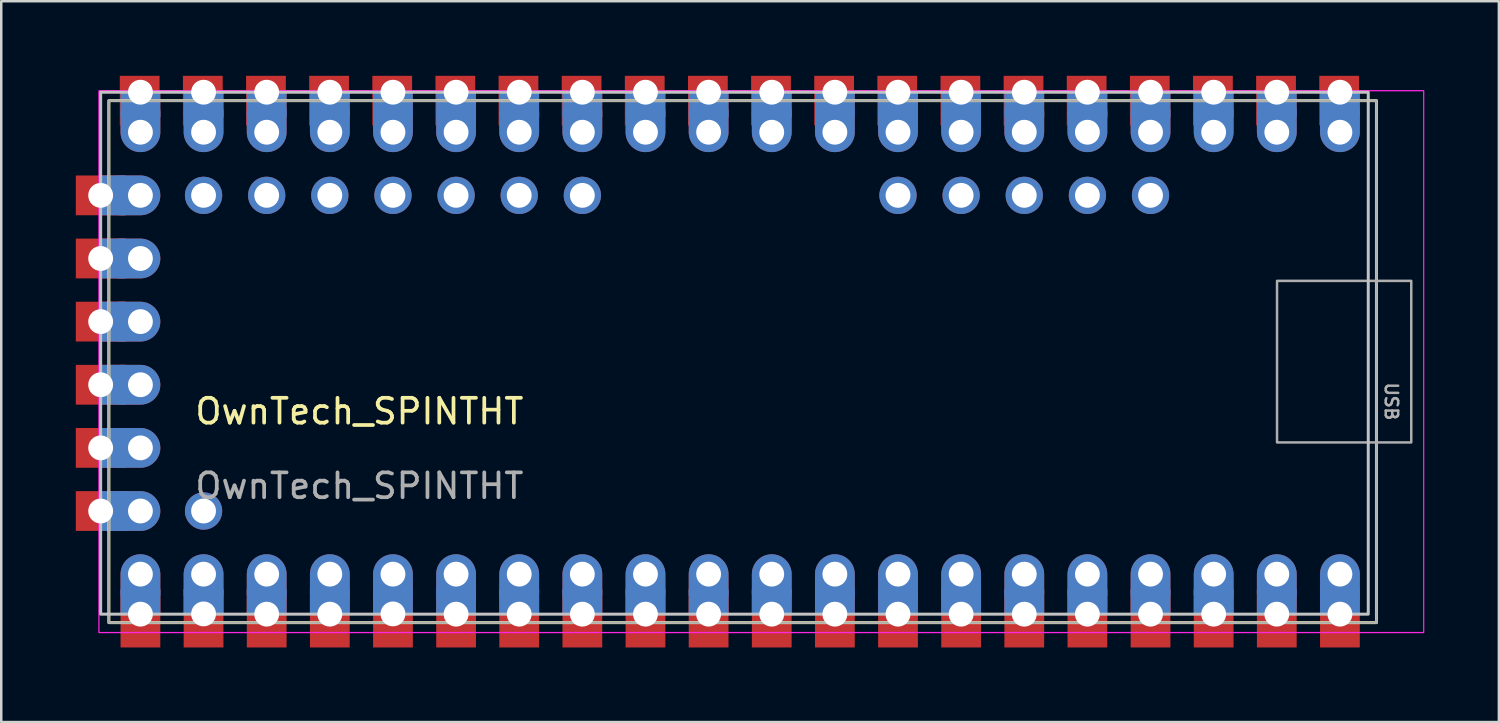
<source format=kicad_pcb>
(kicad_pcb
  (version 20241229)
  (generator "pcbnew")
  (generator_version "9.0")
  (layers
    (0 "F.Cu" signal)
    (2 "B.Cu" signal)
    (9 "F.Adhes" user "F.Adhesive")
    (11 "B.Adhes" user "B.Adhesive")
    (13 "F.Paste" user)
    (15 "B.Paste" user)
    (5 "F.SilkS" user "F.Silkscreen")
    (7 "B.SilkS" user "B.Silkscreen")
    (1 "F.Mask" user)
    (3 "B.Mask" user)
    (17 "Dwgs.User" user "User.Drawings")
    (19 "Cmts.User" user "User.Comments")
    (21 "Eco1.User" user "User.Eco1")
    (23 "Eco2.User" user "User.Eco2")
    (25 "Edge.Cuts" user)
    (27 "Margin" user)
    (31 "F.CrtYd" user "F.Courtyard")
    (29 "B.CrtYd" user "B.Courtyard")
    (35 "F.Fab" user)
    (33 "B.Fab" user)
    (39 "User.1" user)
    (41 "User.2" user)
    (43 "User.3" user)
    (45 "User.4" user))
  (footprint "OwnTech_SPINTHT"
    (layer "F.Cu")
    (at 2.6 2.27)
    (property "Reference" "OwnTech_SPINTHT" (at 8.81 11.23 0) (unlocked yes) (layer "F.SilkS") (effects (font (size 1 1) (thickness 0.15))))
    (attr smd)
    (fp_rect (start -1.27 -1.27) (end 49.73 19.73) (stroke (width 0.12) (type solid)) (fill no) (layer "F.SilkS"))
    (fp_rect (start -1.6 -1.61) (end 49.4 19.39) (stroke (width 0.12) (type solid)) (fill no) (layer "Dwgs.User"))
    (fp_rect (start -1.67 -1.67) (end 51.63 20.13) (stroke (width 0.05) (type solid)) (fill no) (layer "F.CrtYd"))
    (fp_rect (start -1.27 -1.27) (end 49.73 19.73) (stroke (width 0.1) (type solid)) (fill no) (layer "F.Fab"))
    (fp_rect (start 45.73 5.98) (end 51.13 12.48) (stroke (width 0.1) (type solid)) (fill no) (layer "F.Fab"))
    (fp_text user "${REFERENCE}" (at 8.81 14.23 0) (unlocked yes) (layer "F.Fab") (effects (font (size 1 1) (thickness 0.15))))
    (fp_text user "USB" (at 50.33 10.83 270) (unlocked yes) (layer "F.Fab") (effects (font (size 0.5 0.5) (thickness 0.1))))
    (pad "1" smd rect (at 48.23 -1.27) (size 1.6 2) (layers "F.Cu" "F.Mask" "F.Paste"))
    (pad "1" thru_hole rect (at 48.26 -1.61) (size 1.6 1) (drill 1 (offset 0 0.5)) (property pad_prop_castellated) (layers "*.Cu" "*.Mask"))
    (pad "1" thru_hole oval (at 48.26 0) (size 1.6 2.4) (drill 1 (offset 0 -0.4)) (layers "*.Cu" "*.Mask"))
    (pad "2" smd rect (at 45.69 -1.27) (size 1.6 2) (layers "F.Cu" "F.Mask" "F.Paste"))
    (pad "2" thru_hole rect (at 45.72 -1.61) (size 1.6 1) (drill 1 (offset 0 0.5)) (property pad_prop_castellated) (layers "*.Cu" "*.Mask"))
    (pad "2" thru_hole oval (at 45.72 0) (size 1.6 2.4) (drill 1 (offset 0 -0.4)) (layers "*.Cu" "*.Mask"))
    (pad "3" smd rect (at 43.15 -1.27) (size 1.6 2) (layers "F.Cu" "F.Mask" "F.Paste"))
    (pad "3" thru_hole rect (at 43.18 -1.61) (size 1.6 1) (drill 1 (offset 0 0.5)) (property pad_prop_castellated) (layers "*.Cu" "*.Mask"))
    (pad "3" thru_hole oval (at 43.18 0) (size 1.6 2.4) (drill 1 (offset 0 -0.4)) (layers "*.Cu" "*.Mask"))
    (pad "4" smd rect (at 40.61 -1.27) (size 1.6 2) (layers "F.Cu" "F.Mask" "F.Paste"))
    (pad "4" thru_hole rect (at 40.64 -1.61) (size 1.6 1) (drill 1 (offset 0 0.5)) (property pad_prop_castellated) (layers "*.Cu" "*.Mask"))
    (pad "4" thru_hole oval (at 40.64 0) (size 1.6 2.4) (drill 1 (offset 0 -0.4)) (layers "*.Cu" "*.Mask"))
    (pad "5" smd rect (at 38.07 -1.27) (size 1.6 2) (layers "F.Cu" "F.Mask" "F.Paste"))
    (pad "5" thru_hole rect (at 38.1 -1.61) (size 1.6 1) (drill 1 (offset 0 0.5)) (property pad_prop_castellated) (layers "*.Cu" "*.Mask"))
    (pad "5" thru_hole oval (at 38.1 0) (size 1.6 2.4) (drill 1 (offset 0 -0.4)) (layers "*.Cu" "*.Mask"))
    (pad "6" smd rect (at 35.53 -1.27) (size 1.6 2) (layers "F.Cu" "F.Mask" "F.Paste"))
    (pad "6" thru_hole rect (at 35.56 -1.61) (size 1.6 1) (drill 1 (offset 0 0.5)) (property pad_prop_castellated) (layers "*.Cu" "*.Mask"))
    (pad "6" thru_hole oval (at 35.56 0) (size 1.6 2.4) (drill 1 (offset 0 -0.4)) (layers "*.Cu" "*.Mask"))
    (pad "7" smd rect (at 32.99 -1.27) (size 1.6 2) (layers "F.Cu" "F.Mask" "F.Paste"))
    (pad "7" thru_hole rect (at 33.02 -1.61) (size 1.6 1) (drill 1 (offset 0 0.5)) (property pad_prop_castellated) (layers "*.Cu" "*.Mask"))
    (pad "7" thru_hole oval (at 33.02 0) (size 1.6 2.4) (drill 1 (offset 0 -0.4)) (layers "*.Cu" "*.Mask"))
    (pad "8" smd rect (at 30.45 -1.27) (size 1.6 2) (layers "F.Cu" "F.Mask" "F.Paste"))
    (pad "8" thru_hole rect (at 30.48 -1.61) (size 1.6 1) (drill 1 (offset 0 0.5)) (property pad_prop_castellated) (layers "*.Cu" "*.Mask"))
    (pad "8" thru_hole oval (at 30.48 0) (size 1.6 2.4) (drill 1 (offset 0 -0.4)) (layers "*.Cu" "*.Mask"))
    (pad "9" smd rect (at 27.91 -1.27) (size 1.6 2) (layers "F.Cu" "F.Mask" "F.Paste"))
    (pad "9" thru_hole rect (at 27.94 -1.61) (size 1.6 1) (drill 1 (offset 0 0.5)) (property pad_prop_castellated) (layers "*.Cu" "*.Mask"))
    (pad "9" thru_hole oval (at 27.94 0) (size 1.6 2.4) (drill 1 (offset 0 -0.4)) (layers "*.Cu" "*.Mask"))
    (pad "10" smd rect (at 25.37 -1.27) (size 1.6 2) (layers "F.Cu" "F.Mask" "F.Paste"))
    (pad "10" thru_hole rect (at 25.4 -1.61) (size 1.6 1) (drill 1 (offset 0 0.5)) (property pad_prop_castellated) (layers "*.Cu" "*.Mask"))
    (pad "10" thru_hole oval (at 25.4 0) (size 1.6 2.4) (drill 1 (offset 0 -0.4)) (layers "*.Cu" "*.Mask"))
    (pad "11" smd rect (at 22.83 -1.27) (size 1.6 2) (layers "F.Cu" "F.Mask" "F.Paste"))
    (pad "11" thru_hole rect (at 22.86 -1.61) (size 1.6 1) (drill 1 (offset 0 0.5)) (property pad_prop_castellated) (layers "*.Cu" "*.Mask"))
    (pad "11" thru_hole oval (at 22.86 0) (size 1.6 2.4) (drill 1 (offset 0 -0.4)) (layers "*.Cu" "*.Mask"))
    (pad "12" smd rect (at 20.29 -1.27) (size 1.6 2) (layers "F.Cu" "F.Mask" "F.Paste"))
    (pad "12" thru_hole rect (at 20.32 -1.61) (size 1.6 1) (drill 1 (offset 0 0.5)) (property pad_prop_castellated) (layers "*.Cu" "*.Mask"))
    (pad "12" thru_hole oval (at 20.32 0) (size 1.6 2.4) (drill 1 (offset 0 -0.4)) (layers "*.Cu" "*.Mask"))
    (pad "13" smd rect (at 17.75 -1.27) (size 1.6 2) (layers "F.Cu" "F.Mask" "F.Paste"))
    (pad "13" thru_hole rect (at 17.78 -1.61) (size 1.6 1) (drill 1 (offset 0 0.5)) (property pad_prop_castellated) (layers "*.Cu" "*.Mask"))
    (pad "13" thru_hole oval (at 17.78 0) (size 1.6 2.4) (drill 1 (offset 0 -0.4)) (layers "*.Cu" "*.Mask"))
    (pad "14" smd rect (at 15.21 -1.27) (size 1.6 2) (layers "F.Cu" "F.Mask" "F.Paste"))
    (pad "14" thru_hole rect (at 15.24 -1.61) (size 1.6 1) (drill 1 (offset 0 0.5)) (property pad_prop_castellated) (layers "*.Cu" "*.Mask"))
    (pad "14" thru_hole oval (at 15.24 0) (size 1.6 2.4) (drill 1 (offset 0 -0.4)) (layers "*.Cu" "*.Mask"))
    (pad "15" smd rect (at 12.67 -1.27) (size 1.6 2) (layers "F.Cu" "F.Mask" "F.Paste"))
    (pad "15" thru_hole rect (at 12.7 -1.61) (size 1.6 1) (drill 1 (offset 0 0.5)) (property pad_prop_castellated) (layers "*.Cu" "*.Mask"))
    (pad "15" thru_hole oval (at 12.7 0) (size 1.6 2.4) (drill 1 (offset 0 -0.4)) (layers "*.Cu" "*.Mask"))
    (pad "16" smd rect (at 10.13 -1.27) (size 1.6 2) (layers "F.Cu" "F.Mask" "F.Paste"))
    (pad "16" thru_hole rect (at 10.16 -1.61) (size 1.6 1) (drill 1 (offset 0 0.5)) (property pad_prop_castellated) (layers "*.Cu" "*.Mask"))
    (pad "16" thru_hole oval (at 10.16 0) (size 1.6 2.4) (drill 1 (offset 0 -0.4)) (layers "*.Cu" "*.Mask"))
    (pad "17" smd rect (at 7.59 -1.27) (size 1.6 2) (layers "F.Cu" "F.Mask" "F.Paste"))
    (pad "17" thru_hole rect (at 7.62 -1.61) (size 1.6 1) (drill 1 (offset 0 0.5)) (property pad_prop_castellated) (layers "*.Cu" "*.Mask"))
    (pad "17" thru_hole oval (at 7.62 0) (size 1.6 2.4) (drill 1 (offset 0 -0.4)) (layers "*.Cu" "*.Mask"))
    (pad "18" smd rect (at 5.05 -1.27) (size 1.6 2) (layers "F.Cu" "F.Mask" "F.Paste"))
    (pad "18" thru_hole rect (at 5.08 -1.61) (size 1.6 1) (drill 1 (offset 0 0.5)) (property pad_prop_castellated) (layers "*.Cu" "*.Mask"))
    (pad "18" thru_hole oval (at 5.08 0) (size 1.6 2.4) (drill 1 (offset 0 -0.4)) (layers "*.Cu" "*.Mask"))
    (pad "19" smd rect (at 2.51 -1.27) (size 1.6 2) (layers "F.Cu" "F.Mask" "F.Paste"))
    (pad "19" thru_hole rect (at 2.54 -1.61) (size 1.6 1) (drill 1 (offset 0 0.5)) (property pad_prop_castellated) (layers "*.Cu" "*.Mask"))
    (pad "19" thru_hole oval (at 2.54 0) (size 1.6 2.4) (drill 1 (offset 0 -0.4)) (layers "*.Cu" "*.Mask"))
    (pad "20" smd rect (at -0.03 -1.27) (size 1.6 2) (layers "F.Cu" "F.Mask" "F.Paste"))
    (pad "20" thru_hole rect (at 0 -1.61) (size 1.6 1) (drill 1 (offset 0 0.5)) (property pad_prop_castellated) (layers "*.Cu" "*.Mask"))
    (pad "20" thru_hole oval (at 0 0) (size 1.6 2.4) (drill 1 (offset 0 -0.4)) (layers "*.Cu" "*.Mask"))
    (pad "21" thru_hole oval (at 0 17.78 180) (size 1.6 2.4) (drill 1 (offset 0 -0.4)) (layers "*.Cu" "*.Mask"))
    (pad "21" thru_hole rect (at 0 19.39 180) (size 1.6 1) (drill 1 (offset 0 0.5)) (property pad_prop_castellated) (layers "*.Cu" "*.Mask"))
    (pad "21" smd rect (at 0 19.73 180) (size 1.6 2) (layers "F.Cu" "F.Mask" "F.Paste"))
    (pad "22" thru_hole oval (at 2.54 17.78 180) (size 1.6 2.4) (drill 1 (offset 0 -0.4)) (layers "*.Cu" "*.Mask"))
    (pad "22" thru_hole rect (at 2.54 19.38 180) (size 1.6 1) (drill 1 (offset 0 0.5)) (property pad_prop_castellated) (layers "*.Cu" "*.Mask"))
    (pad "22" smd rect (at 2.54 19.73 180) (size 1.6 2) (layers "F.Cu" "F.Mask" "F.Paste"))
    (pad "23" thru_hole oval (at 5.08 17.78 180) (size 1.6 2.4) (drill 1 (offset 0 -0.4)) (layers "*.Cu" "*.Mask"))
    (pad "23" thru_hole rect (at 5.08 19.39 180) (size 1.6 1) (drill 1 (offset 0 0.5)) (property pad_prop_castellated) (layers "*.Cu" "*.Mask"))
    (pad "23" smd rect (at 5.08 19.73 180) (size 1.6 2) (layers "F.Cu" "F.Mask" "F.Paste"))
    (pad "24" thru_hole oval (at 7.62 17.78 180) (size 1.6 2.4) (drill 1 (offset 0 -0.4)) (layers "*.Cu" "*.Mask"))
    (pad "24" thru_hole rect (at 7.62 19.39 180) (size 1.6 1) (drill 1 (offset 0 0.5)) (property pad_prop_castellated) (layers "*.Cu" "*.Mask"))
    (pad "24" smd rect (at 7.62 19.73 180) (size 1.6 2) (layers "F.Cu" "F.Mask" "F.Paste"))
    (pad "25" thru_hole oval (at 10.16 17.78 180) (size 1.6 2.4) (drill 1 (offset 0 -0.4)) (layers "*.Cu" "*.Mask"))
    (pad "25" thru_hole rect (at 10.16 19.38 180) (size 1.6 1) (drill 1 (offset 0 0.5)) (property pad_prop_castellated) (layers "*.Cu" "*.Mask"))
    (pad "25" smd rect (at 10.16 19.73 180) (size 1.6 2) (layers "F.Cu" "F.Mask" "F.Paste"))
    (pad "26" thru_hole oval (at 12.7 17.78 180) (size 1.6 2.4) (drill 1 (offset 0 -0.4)) (layers "*.Cu" "*.Mask"))
    (pad "26" thru_hole rect (at 12.7 19.39 180) (size 1.6 1) (drill 1 (offset 0 0.5)) (property pad_prop_castellated) (layers "*.Cu" "*.Mask"))
    (pad "26" smd rect (at 12.7 19.73 180) (size 1.6 2) (layers "F.Cu" "F.Mask" "F.Paste"))
    (pad "27" thru_hole oval (at 15.24 17.78 180) (size 1.6 2.4) (drill 1 (offset 0 -0.4)) (layers "*.Cu" "*.Mask"))
    (pad "27" thru_hole rect (at 15.24 19.39 180) (size 1.6 1) (drill 1 (offset 0 0.5)) (property pad_prop_castellated) (layers "*.Cu" "*.Mask"))
    (pad "27" smd rect (at 15.24 19.73 180) (size 1.6 2) (layers "F.Cu" "F.Mask" "F.Paste"))
    (pad "28" thru_hole oval (at 17.78 17.78 180) (size 1.6 2.4) (drill 1 (offset 0 -0.4)) (layers "*.Cu" "*.Mask"))
    (pad "28" thru_hole rect (at 17.78 19.39 180) (size 1.6 1) (drill 1 (offset 0 0.5)) (property pad_prop_castellated) (layers "*.Cu" "*.Mask"))
    (pad "28" smd rect (at 17.78 19.73 180) (size 1.6 2) (layers "F.Cu" "F.Mask" "F.Paste"))
    (pad "29" thru_hole oval (at 20.32 17.78 180) (size 1.6 2.4) (drill 1 (offset 0 -0.4)) (layers "*.Cu" "*.Mask"))
    (pad "29" thru_hole rect (at 20.32 19.39 180) (size 1.6 1) (drill 1 (offset 0 0.5)) (property pad_prop_castellated) (layers "*.Cu" "*.Mask"))
    (pad "29" smd rect (at 20.32 19.73 180) (size 1.6 2) (layers "F.Cu" "F.Mask" "F.Paste"))
    (pad "30" thru_hole oval (at 22.86 17.78 180) (size 1.6 2.4) (drill 1 (offset 0 -0.4)) (layers "*.Cu" "*.Mask"))
    (pad "30" thru_hole rect (at 22.86 19.39 180) (size 1.6 1) (drill 1 (offset 0 0.5)) (property pad_prop_castellated) (layers "*.Cu" "*.Mask"))
    (pad "30" smd rect (at 22.86 19.73 180) (size 1.6 2) (layers "F.Cu" "F.Mask" "F.Paste"))
    (pad "31" thru_hole oval (at 25.4 17.78 180) (size 1.6 2.4) (drill 1 (offset 0 -0.4)) (layers "*.Cu" "*.Mask"))
    (pad "31" thru_hole rect (at 25.4 19.39 180) (size 1.6 1) (drill 1 (offset 0 0.5)) (property pad_prop_castellated) (layers "*.Cu" "*.Mask"))
    (pad "31" smd rect (at 25.4 19.73 180) (size 1.6 2) (layers "F.Cu" "F.Mask" "F.Paste"))
    (pad "32" thru_hole oval (at 27.94 17.78 180) (size 1.6 2.4) (drill 1 (offset 0 -0.4)) (layers "*.Cu" "*.Mask"))
    (pad "32" thru_hole rect (at 27.94 19.39 180) (size 1.6 1) (drill 1 (offset 0 0.5)) (property pad_prop_castellated) (layers "*.Cu" "*.Mask"))
    (pad "32" smd rect (at 27.94 19.73 180) (size 1.6 2) (layers "F.Cu" "F.Mask" "F.Paste"))
    (pad "33" thru_hole oval (at 30.48 17.78 180) (size 1.6 2.4) (drill 1 (offset 0 -0.4)) (layers "*.Cu" "*.Mask"))
    (pad "33" thru_hole rect (at 30.48 19.39 180) (size 1.6 1) (drill 1 (offset 0 0.5)) (property pad_prop_castellated) (layers "*.Cu" "*.Mask"))
    (pad "33" smd rect (at 30.48 19.73 180) (size 1.6 2) (layers "F.Cu" "F.Mask" "F.Paste"))
    (pad "34" thru_hole oval (at 33.02 17.78 180) (size 1.6 2.4) (drill 1 (offset 0 -0.4)) (layers "*.Cu" "*.Mask"))
    (pad "34" thru_hole rect (at 33.02 19.39 180) (size 1.6 1) (drill 1 (offset 0 0.5)) (property pad_prop_castellated) (layers "*.Cu" "*.Mask"))
    (pad "34" smd rect (at 33.02 19.73 180) (size 1.6 2) (layers "F.Cu" "F.Mask" "F.Paste"))
    (pad "35" thru_hole oval (at 35.56 17.78 180) (size 1.6 2.4) (drill 1 (offset 0 -0.4)) (layers "*.Cu" "*.Mask"))
    (pad "35" thru_hole rect (at 35.56 19.39 180) (size 1.6 1) (drill 1 (offset 0 0.5)) (property pad_prop_castellated) (layers "*.Cu" "*.Mask"))
    (pad "35" smd rect (at 35.56 19.73 180) (size 1.6 2) (layers "F.Cu" "F.Mask" "F.Paste"))
    (pad "36" thru_hole oval (at 38.1 17.78 180) (size 1.6 2.4) (drill 1 (offset 0 -0.4)) (layers "*.Cu" "*.Mask"))
    (pad "36" thru_hole rect (at 38.1 19.39 180) (size 1.6 1) (drill 1 (offset 0 0.5)) (property pad_prop_castellated) (layers "*.Cu" "*.Mask"))
    (pad "36" smd rect (at 38.1 19.73 180) (size 1.6 2) (layers "F.Cu" "F.Mask" "F.Paste"))
    (pad "37" thru_hole oval (at 40.64 17.78 180) (size 1.6 2.4) (drill 1 (offset 0 -0.4)) (layers "*.Cu" "*.Mask"))
    (pad "37" thru_hole rect (at 40.64 19.39 180) (size 1.6 1) (drill 1 (offset 0 0.5)) (property pad_prop_castellated) (layers "*.Cu" "*.Mask"))
    (pad "37" smd rect (at 40.64 19.73 180) (size 1.6 2) (layers "F.Cu" "F.Mask" "F.Paste"))
    (pad "38" thru_hole oval (at 43.18 17.78 180) (size 1.6 2.4) (drill 1 (offset 0 -0.4)) (layers "*.Cu" "*.Mask"))
    (pad "38" thru_hole rect (at 43.18 19.39 180) (size 1.6 1) (drill 1 (offset 0 0.5)) (property pad_prop_castellated) (layers "*.Cu" "*.Mask"))
    (pad "38" smd rect (at 43.18 19.73 180) (size 1.6 2) (layers "F.Cu" "F.Mask" "F.Paste"))
    (pad "39" thru_hole oval (at 45.72 17.78 180) (size 1.6 2.4) (drill 1 (offset 0 -0.4)) (layers "*.Cu" "*.Mask"))
    (pad "39" thru_hole rect (at 45.72 19.39 180) (size 1.6 1) (drill 1 (offset 0 0.5)) (property pad_prop_castellated) (layers "*.Cu" "*.Mask"))
    (pad "39" smd rect (at 45.72 19.73 180) (size 1.6 2) (layers "F.Cu" "F.Mask" "F.Paste"))
    (pad "40" thru_hole oval (at 48.26 17.78 180) (size 1.6 2.4) (drill 1 (offset 0 -0.4)) (layers "*.Cu" "*.Mask"))
    (pad "40" thru_hole rect (at 48.26 19.39 180) (size 1.6 1) (drill 1 (offset 0 0.5)) (property pad_prop_castellated) (layers "*.Cu" "*.Mask"))
    (pad "40" smd rect (at 48.26 19.73 180) (size 1.6 2) (layers "F.Cu" "F.Mask" "F.Paste"))
    (pad "41" thru_hole circle (at 40.64 2.54 90) (size 1.5 1.5) (drill 1) (property pad_prop_castellated) (layers "*.Cu" "*.Mask"))
    (pad "42" thru_hole circle (at 38.1 2.54 90) (size 1.5 1.5) (drill 1) (property pad_prop_castellated) (layers "*.Cu" "*.Mask"))
    (pad "43" thru_hole circle (at 35.56 2.54 90) (size 1.5 1.5) (drill 1) (property pad_prop_castellated) (layers "*.Cu" "*.Mask"))
    (pad "44" thru_hole circle (at 33.02 2.54 90) (size 1.5 1.5) (drill 1) (property pad_prop_castellated) (layers "*.Cu" "*.Mask"))
    (pad "45" thru_hole circle (at 30.48 2.54 90) (size 1.5 1.5) (drill 1) (property pad_prop_castellated) (layers "*.Cu" "*.Mask"))
    (pad "46" thru_hole circle (at 17.78 2.54 90) (size 1.5 1.5) (drill 1) (property pad_prop_castellated) (layers "*.Cu" "*.Mask"))
    (pad "47" thru_hole circle (at 15.24 2.54 90) (size 1.5 1.5) (drill 1) (property pad_prop_castellated) (layers "*.Cu" "*.Mask"))
    (pad "48" thru_hole circle (at 12.7 2.54 90) (size 1.5 1.5) (drill 1) (property pad_prop_castellated) (layers "*.Cu" "*.Mask"))
    (pad "49" thru_hole circle (at 10.16 2.54 90) (size 1.5 1.5) (drill 1) (property pad_prop_castellated) (layers "*.Cu" "*.Mask"))
    (pad "50" thru_hole circle (at 7.62 2.54 90) (size 1.5 1.5) (drill 1) (property pad_prop_castellated) (layers "*.Cu" "*.Mask"))
    (pad "51" thru_hole circle (at 5.08 2.54 90) (size 1.5 1.5) (drill 1) (property pad_prop_castellated) (layers "*.Cu" "*.Mask"))
    (pad "52" thru_hole circle (at 2.54 2.54 90) (size 1.5 1.5) (drill 1) (property pad_prop_castellated) (layers "*.Cu" "*.Mask"))
    (pad "53" thru_hole rect (at -1.6 2.54 90) (size 1.6 1) (drill 1 (offset 0 0.5)) (property pad_prop_castellated) (layers "*.Cu" "*.Mask"))
    (pad "53" smd rect (at -1.6 2.54 90) (size 1.6 2) (layers "F.Cu" "F.Mask" "F.Paste"))
    (pad "53" thru_hole oval (at 0 2.54 90) (size 1.6 2.4) (drill 1 (offset 0 -0.4)) (layers "*.Cu" "*.Mask"))
    (pad "54" thru_hole rect (at -1.6 5.08 90) (size 1.6 1) (drill 1 (offset 0 0.5)) (property pad_prop_castellated) (layers "*.Cu" "*.Mask"))
    (pad "54" smd rect (at -1.6 5.08 90) (size 1.6 2) (layers "F.Cu" "F.Mask" "F.Paste"))
    (pad "54" thru_hole oval (at 0 5.08 90) (size 1.6 2.4) (drill 1 (offset 0 -0.4)) (layers "*.Cu" "*.Mask"))
    (pad "55" thru_hole rect (at -1.6 7.62 90) (size 1.6 1) (drill 1 (offset 0 0.5)) (property pad_prop_castellated) (layers "*.Cu" "*.Mask"))
    (pad "55" smd rect (at -1.6 7.62 90) (size 1.6 2) (layers "F.Cu" "F.Mask" "F.Paste"))
    (pad "55" thru_hole oval (at 0 7.62 90) (size 1.6 2.4) (drill 1 (offset 0 -0.4)) (layers "*.Cu" "*.Mask"))
    (pad "56" thru_hole rect (at -1.6 10.16 90) (size 1.6 1) (drill 1 (offset 0 0.5)) (property pad_prop_castellated) (layers "*.Cu" "*.Mask"))
    (pad "56" smd rect (at -1.6 10.16 90) (size 1.6 2) (layers "F.Cu" "F.Mask" "F.Paste"))
    (pad "56" thru_hole oval (at 0 10.16 90) (size 1.6 2.4) (drill 1 (offset 0 -0.4)) (layers "*.Cu" "*.Mask"))
    (pad "57" thru_hole rect (at -1.6 12.7 90) (size 1.6 1) (drill 1 (offset 0 0.5)) (property pad_prop_castellated) (layers "*.Cu" "*.Mask"))
    (pad "57" smd rect (at -1.6 12.7 90) (size 1.6 2) (layers "F.Cu" "F.Mask" "F.Paste"))
    (pad "57" thru_hole oval (at 0 12.7 90) (size 1.6 2.4) (drill 1 (offset 0 -0.4)) (layers "*.Cu" "*.Mask"))
    (pad "58" thru_hole rect (at -1.6 15.24 90) (size 1.6 1) (drill 1 (offset 0 0.5)) (property pad_prop_castellated) (layers "*.Cu" "*.Mask"))
    (pad "58" smd rect (at -1.6 15.24 90) (size 1.6 2) (layers "F.Cu" "F.Mask" "F.Paste"))
    (pad "58" thru_hole oval (at 0 15.24 90) (size 1.6 2.4) (drill 1 (offset 0 -0.4)) (layers "*.Cu" "*.Mask"))
    (pad "59" thru_hole circle (at 2.54 15.24 90) (size 1.5 1.5) (drill 1) (property pad_prop_castellated) (layers "*.Cu" "*.Mask")))
  (gr_rect
    (start -3 -3)
    (end 57.255 26)
    (stroke (width 0.1) (type default))
    (fill no)
    (layer "Edge.Cuts")))
</source>
